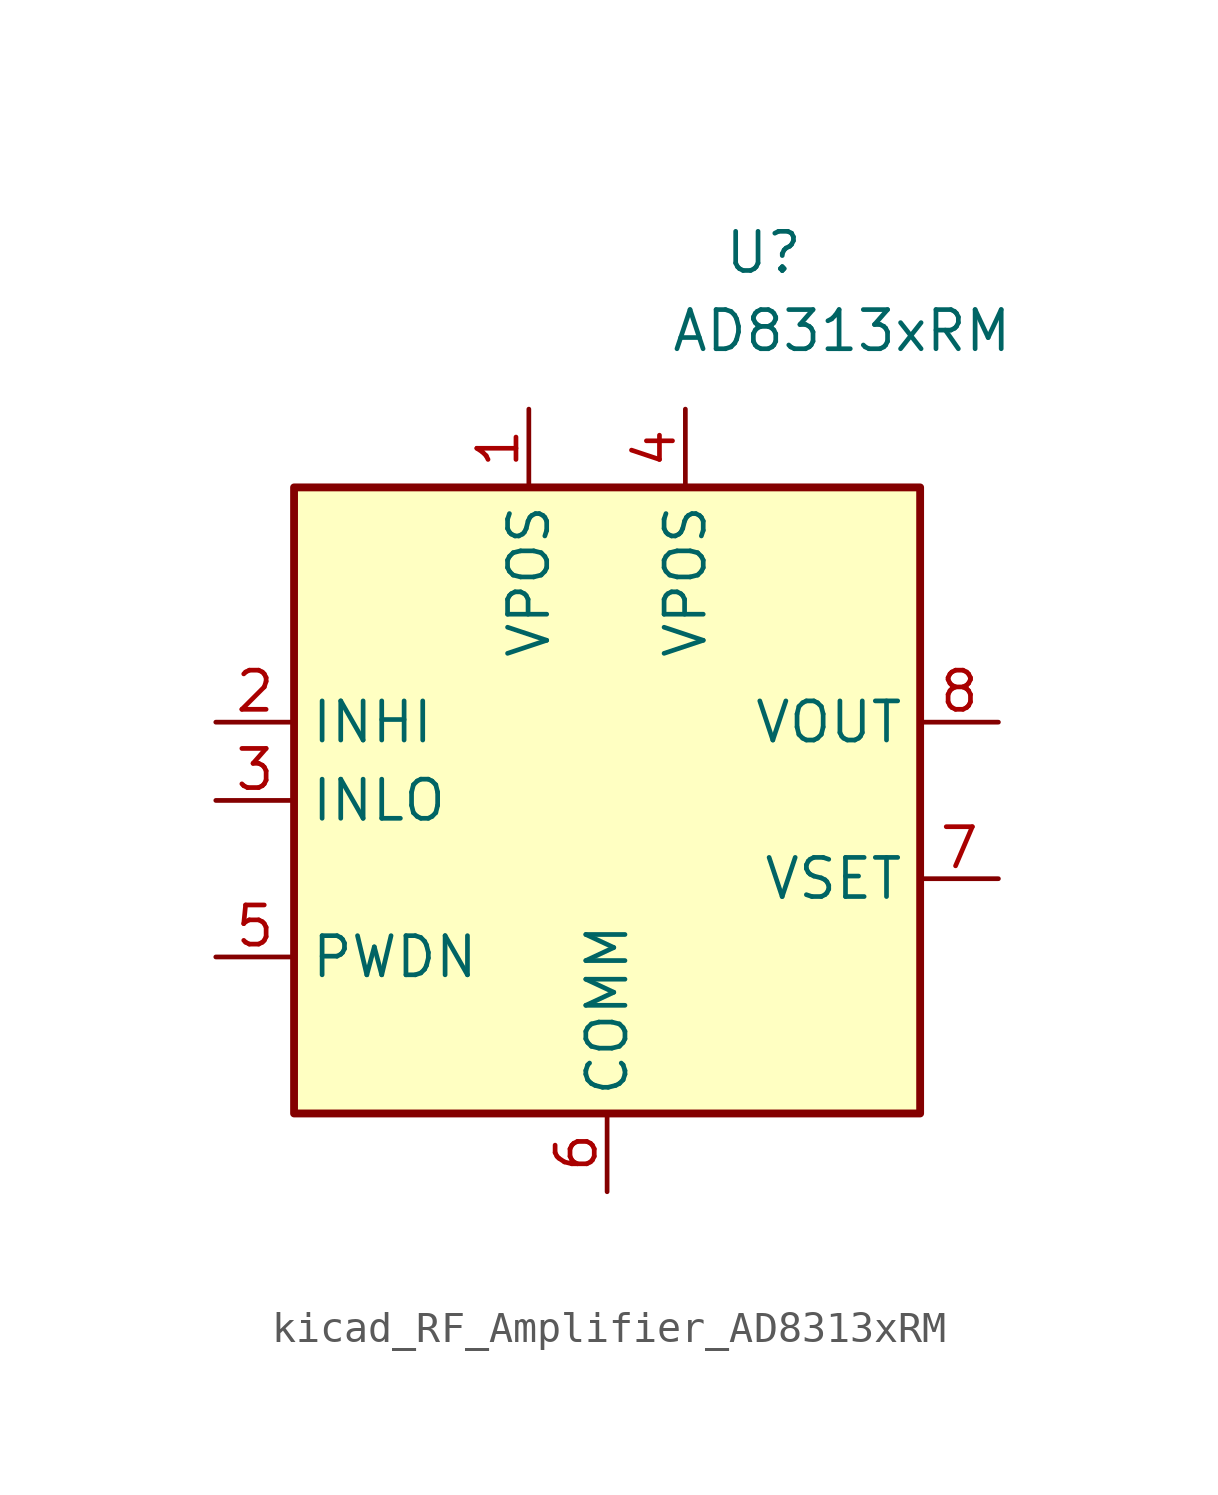
<source format=kicad_sym>
(kicad_symbol_lib
  (version 20220914)
  (generator kicad_symbol_editor)
  (symbol "kicad_RF_Amplifier_AD8313xRM"
    (property "Reference" "U"
      (at 5.08 17.78 0)
      (effects (font (size 1.27 1.27))))
    (property "Value" "AD8313xRM"
      (at 7.62 15.24 0)
      (effects (font (size 1.27 1.27))))
    (symbol "kicad_RF_Amplifier_AD8313xRM_0_1"
      (rectangle (start -10.16 10.16) (end 10.16 -10.16) (stroke (width 0.254) (type default)) (fill (type background))))
    (symbol "kicad_RF_Amplifier_AD8313xRM_1_1"
      (pin power_in line (at -2.54 12.7 270) (length 2.54) (name "VPOS" (effects (font (size 1.27 1.27)))) (number "1" (effects (font (size 1.27 1.27)))))
      (pin input line (at -12.7 2.54 0) (length 2.54) (name "INHI" (effects (font (size 1.27 1.27)))) (number "2" (effects (font (size 1.27 1.27)))))
      (pin input line (at -12.7 0 0) (length 2.54) (name "INLO" (effects (font (size 1.27 1.27)))) (number "3" (effects (font (size 1.27 1.27)))))
      (pin power_in line (at 2.54 12.7 270) (length 2.54) (name "VPOS" (effects (font (size 1.27 1.27)))) (number "4" (effects (font (size 1.27 1.27)))))
      (pin input line (at -12.7 -5.08 0) (length 2.54) (name "PWDN" (effects (font (size 1.27 1.27)))) (number "5" (effects (font (size 1.27 1.27)))))
      (pin power_in line (at 0 -12.7 90) (length 2.54) (name "COMM" (effects (font (size 1.27 1.27)))) (number "6" (effects (font (size 1.27 1.27)))))
      (pin input line (at 12.7 -2.54 180) (length 2.54) (name "VSET" (effects (font (size 1.27 1.27)))) (number "7" (effects (font (size 1.27 1.27)))))
      (pin output line (at 12.7 2.54 180) (length 2.54) (name "VOUT" (effects (font (size 1.27 1.27)))) (number "8" (effects (font (size 1.27 1.27))))))))
</source>
